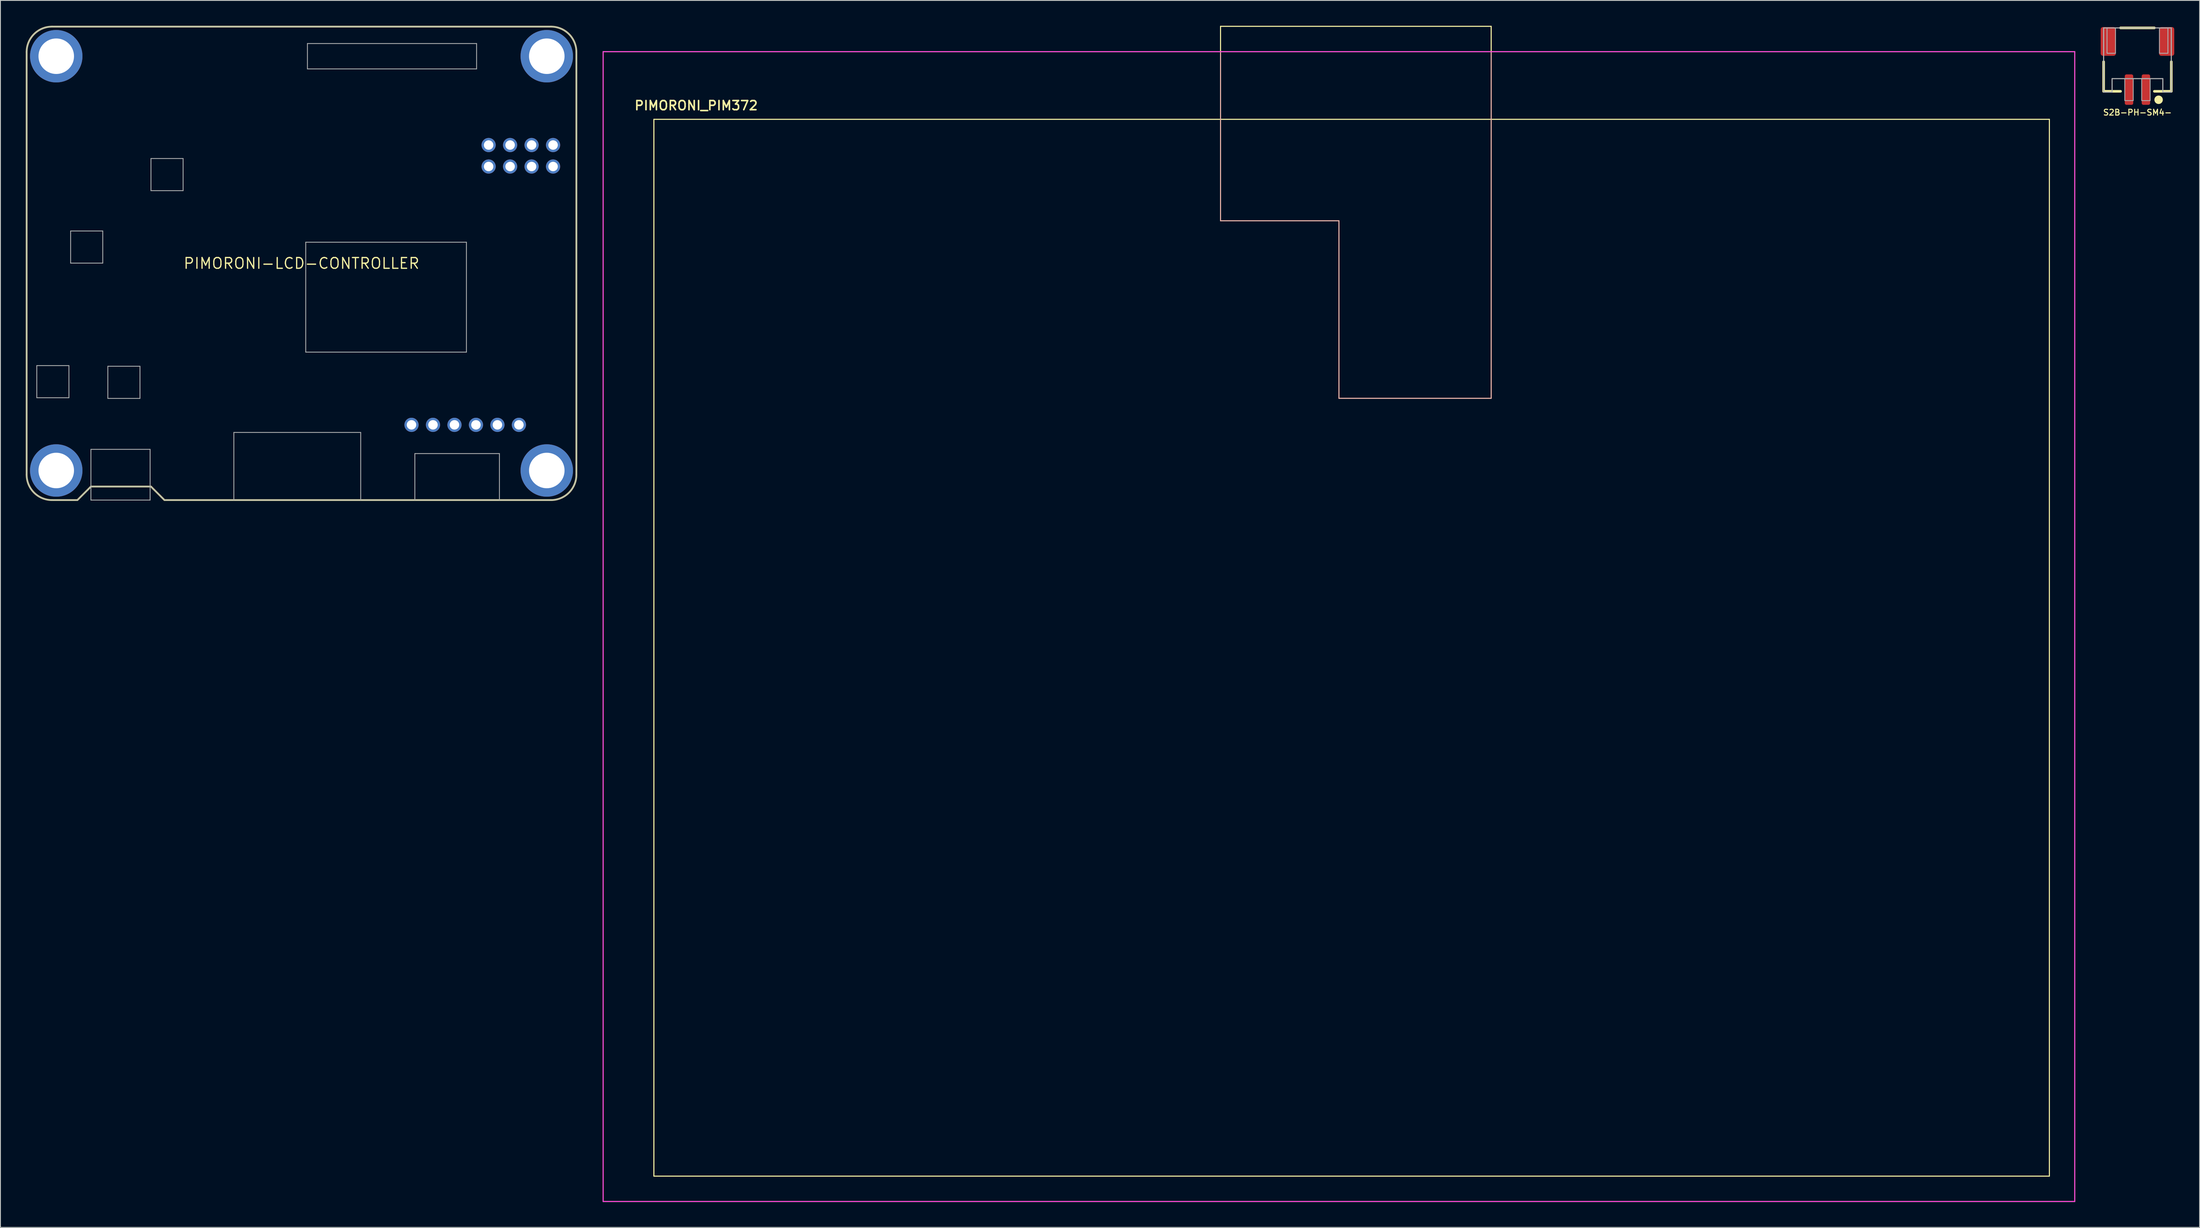
<source format=kicad_pcb>
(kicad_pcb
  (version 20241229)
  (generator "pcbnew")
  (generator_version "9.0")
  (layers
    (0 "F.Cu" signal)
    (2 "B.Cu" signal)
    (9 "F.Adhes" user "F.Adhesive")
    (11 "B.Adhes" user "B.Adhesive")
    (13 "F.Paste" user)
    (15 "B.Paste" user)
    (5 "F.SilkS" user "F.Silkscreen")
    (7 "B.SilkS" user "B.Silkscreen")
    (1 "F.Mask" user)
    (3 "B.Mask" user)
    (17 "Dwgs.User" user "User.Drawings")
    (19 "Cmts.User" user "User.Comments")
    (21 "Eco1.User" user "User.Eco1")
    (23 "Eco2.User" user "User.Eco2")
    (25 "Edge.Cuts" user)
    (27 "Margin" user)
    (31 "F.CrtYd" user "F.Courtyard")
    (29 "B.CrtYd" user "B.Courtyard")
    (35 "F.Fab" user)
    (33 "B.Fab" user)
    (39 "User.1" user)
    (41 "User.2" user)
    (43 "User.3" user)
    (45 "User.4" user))
  (footprint "PIMORONI-LCD-CONTROLLER"
    (layer "F.Cu")
    (at 32.6 28.1)
    (property "Reference" "PIMORONI-LCD-CONTROLLER" (at 0 0 0) (layer "F.SilkS") (effects (font (size 1.27 1.27) (thickness 0.15))))
    (fp_line (start -32.5 -25) (end -32.5 25) (stroke (width 0.2) (type solid)) (layer "F.SilkS"))
    (fp_line (start -29.5 28) (end -26.5 28) (stroke (width 0.2) (type solid)) (layer "F.SilkS"))
    (fp_line (start -26.5 28) (end -24.9 26.4) (stroke (width 0.2) (type solid)) (layer "F.SilkS"))
    (fp_line (start -24.9 26.4) (end -17.8 26.4) (stroke (width 0.2) (type solid)) (layer "F.SilkS"))
    (fp_line (start -17.8 26.4) (end -16.2 28) (stroke (width 0.2) (type solid)) (layer "F.SilkS"))
    (fp_line (start -16.2 28) (end 29.5 28) (stroke (width 0.2) (type solid)) (layer "F.SilkS"))
    (fp_line (start 29.5 -28) (end -29.5 -28) (stroke (width 0.2) (type solid)) (layer "F.SilkS"))
    (fp_line (start 32.5 25) (end 32.5 -25) (stroke (width 0.2) (type solid)) (layer "F.SilkS"))
    (fp_arc (start -32.5 -25) (mid -31.62132 -27.12132) (end -29.5 -28) (stroke (width 0.2) (type solid)) (layer "F.SilkS"))
    (fp_arc (start -29.5 28) (mid -31.62132 27.12132) (end -32.5 25) (stroke (width 0.2) (type solid)) (layer "F.SilkS"))
    (fp_arc (start 29.5 -28) (mid 31.62132 -27.12132) (end 32.5 -25) (stroke (width 0.2) (type solid)) (layer "F.SilkS"))
    (fp_arc (start 32.5 25) (mid 31.62132 27.12132) (end 29.5 28) (stroke (width 0.2) (type solid)) (layer "F.SilkS"))
    (fp_line (start -32.5 -25) (end -32.5 25) (stroke (width 0.1) (type solid)) (layer "F.Fab"))
    (fp_line (start -31.3 12.093) (end -31.3 15.893) (stroke (width 0.1) (type solid)) (layer "F.Fab"))
    (fp_line (start -31.3 15.893) (end -27.5 15.893) (stroke (width 0.1) (type solid)) (layer "F.Fab"))
    (fp_line (start -29.5 28) (end -26.5 28) (stroke (width 0.1) (type solid)) (layer "F.Fab"))
    (fp_line (start -27.5 12.093) (end -31.3 12.093) (stroke (width 0.1) (type solid)) (layer "F.Fab"))
    (fp_line (start -27.5 15.893) (end -27.5 12.093) (stroke (width 0.1) (type solid)) (layer "F.Fab"))
    (fp_line (start -27.3 -3.827) (end -27.3 -0.027) (stroke (width 0.1) (type solid)) (layer "F.Fab"))
    (fp_line (start -27.3 -0.027) (end -23.5 -0.027) (stroke (width 0.1) (type solid)) (layer "F.Fab"))
    (fp_line (start -26.5 28) (end -24.9 26.4) (stroke (width 0.1) (type solid)) (layer "F.Fab"))
    (fp_line (start -24.9 22) (end -24.9 28) (stroke (width 0.1) (type solid)) (layer "F.Fab"))
    (fp_line (start -24.9 26.4) (end -17.8 26.4) (stroke (width 0.1) (type solid)) (layer "F.Fab"))
    (fp_line (start -24.9 28) (end -17.9 28) (stroke (width 0.1) (type solid)) (layer "F.Fab"))
    (fp_line (start -23.5 -3.827) (end -27.3 -3.827) (stroke (width 0.1) (type solid)) (layer "F.Fab"))
    (fp_line (start -23.5 -0.027) (end -23.5 -3.827) (stroke (width 0.1) (type solid)) (layer "F.Fab"))
    (fp_line (start -22.9 12.173) (end -22.9 15.973) (stroke (width 0.1) (type solid)) (layer "F.Fab"))
    (fp_line (start -22.9 15.973) (end -19.1 15.973) (stroke (width 0.1) (type solid)) (layer "F.Fab"))
    (fp_line (start -19.1 12.173) (end -22.9 12.173) (stroke (width 0.1) (type solid)) (layer "F.Fab"))
    (fp_line (start -19.1 15.973) (end -19.1 12.173) (stroke (width 0.1) (type solid)) (layer "F.Fab"))
    (fp_line (start -17.9 22) (end -24.9 22) (stroke (width 0.1) (type solid)) (layer "F.Fab"))
    (fp_line (start -17.9 28) (end -17.9 22) (stroke (width 0.1) (type solid)) (layer "F.Fab"))
    (fp_line (start -17.8 -12.4) (end -17.8 -8.6) (stroke (width 0.1) (type solid)) (layer "F.Fab"))
    (fp_line (start -17.8 -8.6) (end -14 -8.6) (stroke (width 0.1) (type solid)) (layer "F.Fab"))
    (fp_line (start -17.8 26.4) (end -16.2 28) (stroke (width 0.1) (type solid)) (layer "F.Fab"))
    (fp_line (start -16.2 28) (end -8 28) (stroke (width 0.1) (type solid)) (layer "F.Fab"))
    (fp_line (start -14 -12.4) (end -17.8 -12.4) (stroke (width 0.1) (type solid)) (layer "F.Fab"))
    (fp_line (start -14 -8.6) (end -14 -12.4) (stroke (width 0.1) (type solid)) (layer "F.Fab"))
    (fp_line (start -8 20) (end -8 28) (stroke (width 0.1) (type solid)) (layer "F.Fab"))
    (fp_line (start -8 28) (end 7 28) (stroke (width 0.1) (type solid)) (layer "F.Fab"))
    (fp_line (start 0.5 -2.5) (end 0.5 10.5) (stroke (width 0.1) (type solid)) (layer "F.Fab"))
    (fp_line (start 0.5 10.5) (end 19.5 10.5) (stroke (width 0.1) (type solid)) (layer "F.Fab"))
    (fp_line (start 0.7 -26) (end 0.7 -23) (stroke (width 0.1) (type solid)) (layer "F.Fab"))
    (fp_line (start 0.7 -23) (end 20.7 -23) (stroke (width 0.1) (type solid)) (layer "F.Fab"))
    (fp_line (start 7 20) (end -8 20) (stroke (width 0.1) (type solid)) (layer "F.Fab"))
    (fp_line (start 7 28) (end 7 20) (stroke (width 0.1) (type solid)) (layer "F.Fab"))
    (fp_line (start 7 28) (end 13.4 28) (stroke (width 0.1) (type solid)) (layer "F.Fab"))
    (fp_line (start 13.4 22.5) (end 13.4 28) (stroke (width 0.1) (type solid)) (layer "F.Fab"))
    (fp_line (start 13.4 28) (end 23.4 28) (stroke (width 0.1) (type solid)) (layer "F.Fab"))
    (fp_line (start 19.5 -2.5) (end 0.5 -2.5) (stroke (width 0.1) (type solid)) (layer "F.Fab"))
    (fp_line (start 19.5 10.5) (end 19.5 -2.5) (stroke (width 0.1) (type solid)) (layer "F.Fab"))
    (fp_line (start 20.7 -26) (end 0.7 -26) (stroke (width 0.1) (type solid)) (layer "F.Fab"))
    (fp_line (start 20.7 -23) (end 20.7 -26) (stroke (width 0.1) (type solid)) (layer "F.Fab"))
    (fp_line (start 23.4 22.5) (end 13.4 22.5) (stroke (width 0.1) (type solid)) (layer "F.Fab"))
    (fp_line (start 23.4 28) (end 23.4 22.5) (stroke (width 0.1) (type solid)) (layer "F.Fab"))
    (fp_line (start 23.4 28) (end 29.5 28) (stroke (width 0.1) (type solid)) (layer "F.Fab"))
    (fp_line (start 29.5 -28) (end -29.5 -28) (stroke (width 0.1) (type solid)) (layer "F.Fab"))
    (fp_line (start 32.5 25) (end 32.5 -25) (stroke (width 0.1) (type solid)) (layer "F.Fab"))
    (fp_arc (start -32.5 -25) (mid -31.62132 -27.12132) (end -29.5 -28) (stroke (width 0.1) (type solid)) (layer "F.Fab"))
    (fp_arc (start -29.5 28) (mid -31.62132 27.12132) (end -32.5 25) (stroke (width 0.1) (type solid)) (layer "F.Fab"))
    (fp_arc (start 29.5 -28) (mid 31.62132 -27.12132) (end 32.5 -25) (stroke (width 0.1) (type solid)) (layer "F.Fab"))
    (fp_arc (start 32.5 25) (mid 31.62132 27.12132) (end 29.5 28) (stroke (width 0.1) (type solid)) (layer "F.Fab"))
    (fp_circle (center -29 -24.5) (end -27.5 -24.5) (stroke (width 0.1) (type solid)) (fill no) (layer "F.Fab"))
    (fp_circle (center -29 24.5) (end -27.5 24.5) (stroke (width 0.1) (type solid)) (fill no) (layer "F.Fab"))
    (fp_circle (center 13 19.1) (end 13.5 19.1) (stroke (width 0.1) (type solid)) (fill no) (layer "F.Fab"))
    (fp_circle (center 15.54 19.1) (end 16.04 19.1) (stroke (width 0.1) (type solid)) (fill no) (layer "F.Fab"))
    (fp_circle (center 18.08 19.1) (end 18.58 19.1) (stroke (width 0.1) (type solid)) (fill no) (layer "F.Fab"))
    (fp_circle (center 20.62 19.1) (end 21.12 19.1) (stroke (width 0.1) (type solid)) (fill no) (layer "F.Fab"))
    (fp_circle (center 22.13 -14) (end 22.63 -14) (stroke (width 0.1) (type solid)) (fill no) (layer "F.Fab"))
    (fp_circle (center 22.13 -11.46) (end 22.63 -11.46) (stroke (width 0.1) (type solid)) (fill no) (layer "F.Fab"))
    (fp_circle (center 23.16 19.1) (end 23.66 19.1) (stroke (width 0.1) (type solid)) (fill no) (layer "F.Fab"))
    (fp_circle (center 24.67 -14) (end 25.17 -14) (stroke (width 0.1) (type solid)) (fill no) (layer "F.Fab"))
    (fp_circle (center 24.67 -11.46) (end 25.17 -11.46) (stroke (width 0.1) (type solid)) (fill no) (layer "F.Fab"))
    (fp_circle (center 25.7 19.1) (end 26.2 19.1) (stroke (width 0.1) (type solid)) (fill no) (layer "F.Fab"))
    (fp_circle (center 27.21 -14) (end 27.71 -14) (stroke (width 0.1) (type solid)) (fill no) (layer "F.Fab"))
    (fp_circle (center 27.21 -11.46) (end 27.71 -11.46) (stroke (width 0.1) (type solid)) (fill no) (layer "F.Fab"))
    (fp_circle (center 29 -24.5) (end 30.5 -24.5) (stroke (width 0.1) (type solid)) (fill no) (layer "F.Fab"))
    (fp_circle (center 29 24.5) (end 30.5 24.5) (stroke (width 0.1) (type solid)) (fill no) (layer "F.Fab"))
    (fp_circle (center 29.75 -14) (end 30.25 -14) (stroke (width 0.1) (type solid)) (fill no) (layer "F.Fab"))
    (fp_circle (center 29.75 -11.46) (end 30.25 -11.46) (stroke (width 0.1) (type solid)) (fill no) (layer "F.Fab"))
    (pad "3V3" thru_hole circle (at 27.203 -13.995) (size 1.676 1.676) (drill 1.118) (layers "*.Cu" "*.Mask"))
    (pad "5V" thru_hole circle (at 29.743 -13.995) (size 1.676 1.676) (drill 1.118) (layers "*.Cu" "*.Mask"))
    (pad "BACK" thru_hole circle (at 25.705 19.101) (size 1.676 1.676) (drill 1.118) (layers "*.Cu" "*.Mask"))
    (pad "BCK" thru_hole circle (at 27.203 -11.455) (size 1.676 1.676) (drill 1.118) (layers "*.Cu" "*.Mask"))
    (pad "DATA" thru_hole circle (at 22.123 -11.455) (size 1.676 1.676) (drill 1.118) (layers "*.Cu" "*.Mask"))
    (pad "DOWN" thru_hole circle (at 23.165 19.101) (size 1.676 1.676) (drill 1.118) (layers "*.Cu" "*.Mask"))
    (pad "GND@I2S" thru_hole circle (at 22.123 -13.995) (size 1.676 1.676) (drill 1.118) (layers "*.Cu" "*.Mask"))
    (pad "GND@MENU" thru_hole circle (at 13.005 19.101) (size 1.676 1.676) (drill 1.118) (layers "*.Cu" "*.Mask"))
    (pad "LRCK" thru_hole circle (at 29.743 -11.455) (size 1.676 1.676) (drill 1.118) (layers "*.Cu" "*.Mask"))
    (pad "MCK" thru_hole circle (at 24.663 -11.455) (size 1.676 1.676) (drill 1.118) (layers "*.Cu" "*.Mask"))
    (pad "MENU" thru_hole circle (at 18.085 19.101) (size 1.676 1.676) (drill 1.118) (layers "*.Cu" "*.Mask"))
    (pad "MTG1" thru_hole circle (at -29 -24.5) (size 6.2 6.2) (drill 4.2) (layers "*.Cu" "*.Mask"))
    (pad "MTG2" thru_hole circle (at 29 -24.5) (size 6.2 6.2) (drill 4.2) (layers "*.Cu" "*.Mask"))
    (pad "MTG3" thru_hole circle (at -29 24.5) (size 6.2 6.2) (drill 4.2) (layers "*.Cu" "*.Mask"))
    (pad "MTG4" thru_hole circle (at 29 24.5) (size 6.2 6.2) (drill 4.2) (layers "*.Cu" "*.Mask"))
    (pad "PWR" thru_hole circle (at 15.545 19.101) (size 1.676 1.676) (drill 1.118) (layers "*.Cu" "*.Mask"))
    (pad "SPIDF" thru_hole circle (at 24.663 -13.995) (size 1.676 1.676) (drill 1.118) (layers "*.Cu" "*.Mask"))
    (pad "UP" thru_hole circle (at 20.625 19.101) (size 1.676 1.676) (drill 1.118) (layers "*.Cu" "*.Mask")))
  (footprint "PIMORONI_PIM372"
    (layer "F.Cu")
    (at 155.263 71.064)
    (property "Reference" "PIMORONI_PIM372" (at -76 -61 0) (layer "F.SilkS") (effects (font (size 1.079 1.079) (thickness 0.191)) (justify bottom)))
    (fp_line (start -87 -68) (end -87 68) (stroke (width 0.127) (type solid)) (layer "F.SilkS"))
    (fp_line (start -87 68) (end 87 68) (stroke (width 0.127) (type solid)) (layer "F.SilkS"))
    (fp_line (start -81 -60) (end 84 -60) (stroke (width 0.127) (type solid)) (layer "F.SilkS"))
    (fp_line (start -81 65) (end -81 -60) (stroke (width 0.127) (type solid)) (layer "F.SilkS"))
    (fp_line (start -14 -71) (end 18 -71) (stroke (width 0.127) (type solid)) (layer "F.SilkS"))
    (fp_line (start -14 -68) (end -87 -68) (stroke (width 0.127) (type solid)) (layer "F.SilkS"))
    (fp_line (start -14 -68) (end -14 -71) (stroke (width 0.127) (type solid)) (layer "F.SilkS"))
    (fp_line (start 18 -71) (end 18 -68) (stroke (width 0.127) (type solid)) (layer "F.SilkS"))
    (fp_line (start 18 -68) (end -14 -68) (stroke (width 0.127) (type solid)) (layer "F.SilkS"))
    (fp_line (start 84 -60) (end 84 65) (stroke (width 0.127) (type solid)) (layer "F.SilkS"))
    (fp_line (start 84 65) (end -81 65) (stroke (width 0.127) (type solid)) (layer "F.SilkS"))
    (fp_line (start 87 -68) (end 18 -68) (stroke (width 0.127) (type solid)) (layer "F.SilkS"))
    (fp_line (start 87 68) (end 87 -68) (stroke (width 0.127) (type solid)) (layer "F.SilkS"))
    (fp_line (start -14 -68) (end -14 -48) (stroke (width 0.127) (type solid)) (layer "B.SilkS"))
    (fp_line (start -14 -48) (end 0 -48) (stroke (width 0.127) (type solid)) (layer "B.SilkS"))
    (fp_line (start 0 -48) (end 0 -27) (stroke (width 0.127) (type solid)) (layer "B.SilkS"))
    (fp_line (start 0 -27) (end 18 -27) (stroke (width 0.127) (type solid)) (layer "B.SilkS"))
    (fp_line (start 18 -27) (end 18 -68) (stroke (width 0.127) (type solid)) (layer "B.SilkS"))
    (fp_poly (pts (xy -87 68) (xy 87 68) (xy 87 -68) (xy -87 -68)) (stroke (width 0.1) (type solid)) (fill no) (layer "F.CrtYd")))
  (footprint "S2B-PH-SM4-"
    (layer "F.Cu")
    (at 249.677 0.25)
    (property "Reference" "S2B-PH-SM4-" (at 0 10 0) (layer "F.SilkS") (effects (font (size 0.691 0.691) (thickness 0.122))))
    (fp_line (start -4 4) (end -4 7.5) (stroke (width 0.305) (type solid)) (layer "F.SilkS"))
    (fp_line (start -4 7.5) (end -2 7.5) (stroke (width 0.305) (type solid)) (layer "F.SilkS"))
    (fp_line (start -2 0) (end 2 0) (stroke (width 0.305) (type solid)) (layer "F.SilkS"))
    (fp_line (start 2 7.5) (end 4 7.5) (stroke (width 0.305) (type solid)) (layer "F.SilkS"))
    (fp_line (start 4 7.5) (end 4 4) (stroke (width 0.305) (type solid)) (layer "F.SilkS"))
    (fp_circle (center 2.5 8.5) (end 2.75 8.5) (stroke (width 0.5) (type solid)) (fill yes) (layer "F.SilkS"))
    (fp_line (start -4 0) (end 3 0) (stroke (width 0.127) (type solid)) (layer "F.Fab"))
    (fp_line (start -4 7.6) (end -4 0) (stroke (width 0.127) (type solid)) (layer "F.Fab"))
    (fp_line (start -3 6) (end -3 7.6) (stroke (width 0.127) (type solid)) (layer "F.Fab"))
    (fp_line (start -3 7.6) (end -4 7.6) (stroke (width 0.127) (type solid)) (layer "F.Fab"))
    (fp_line (start 3 0) (end 2.5 0) (stroke (width 0.1) (type solid)) (layer "F.Fab"))
    (fp_line (start 3 0) (end 4 0) (stroke (width 0.127) (type solid)) (layer "F.Fab"))
    (fp_line (start 3 6) (end -3 6) (stroke (width 0.127) (type solid)) (layer "F.Fab"))
    (fp_line (start 3 7.6) (end 3 6) (stroke (width 0.127) (type solid)) (layer "F.Fab"))
    (fp_line (start 4 0) (end 4 7.6) (stroke (width 0.127) (type solid)) (layer "F.Fab"))
    (fp_line (start 4 7.6) (end 3 7.6) (stroke (width 0.127) (type solid)) (layer "F.Fab"))
    (fp_poly (pts (xy -2.6 3) (xy -3.6 3) (xy -3.6 0) (xy -2.6 0)) (stroke (width 0.1) (type solid)) (fill no) (layer "F.Fab"))
    (fp_poly (pts (xy -0.5 8.6) (xy -1.5 8.6) (xy -1.5 6) (xy -0.5 6)) (stroke (width 0.1) (type solid)) (fill no) (layer "F.Fab"))
    (fp_poly (pts (xy 1.5 8.6) (xy 0.5 8.6) (xy 0.5 6) (xy 1.5 6)) (stroke (width 0.1) (type solid)) (fill no) (layer "F.Fab"))
    (fp_poly (pts (xy 3.6 3) (xy 2.6 3) (xy 2.6 0) (xy 3.6 0)) (stroke (width 0.1) (type solid)) (fill no) (layer "F.Fab"))
    (pad "1" smd roundrect (at 1 7.3 90) (size 3.6 1) (layers "F.Cu" "F.Mask" "F.Paste") (roundrect_rratio 0.2))
    (pad "2" smd roundrect (at -1 7.3 90) (size 3.6 1) (layers "F.Cu" "F.Mask" "F.Paste") (roundrect_rratio 0.2))
    (pad "GND@MT1" smd roundrect (at 3.45 1.6 90) (size 3.4 1.8) (layers "F.Cu" "F.Mask" "F.Paste") (roundrect_rratio 0.15))
    (pad "GND@MT2" smd roundrect (at -3.45 1.6 90) (size 3.4 1.8) (layers "F.Cu" "F.Mask" "F.Paste") (roundrect_rratio 0.15)))
  (gr_rect
    (start -3 -3)
    (end 257.027 142.127)
    (stroke (width 0.1) (type default))
    (fill no)
    (layer "Edge.Cuts")))
</source>
